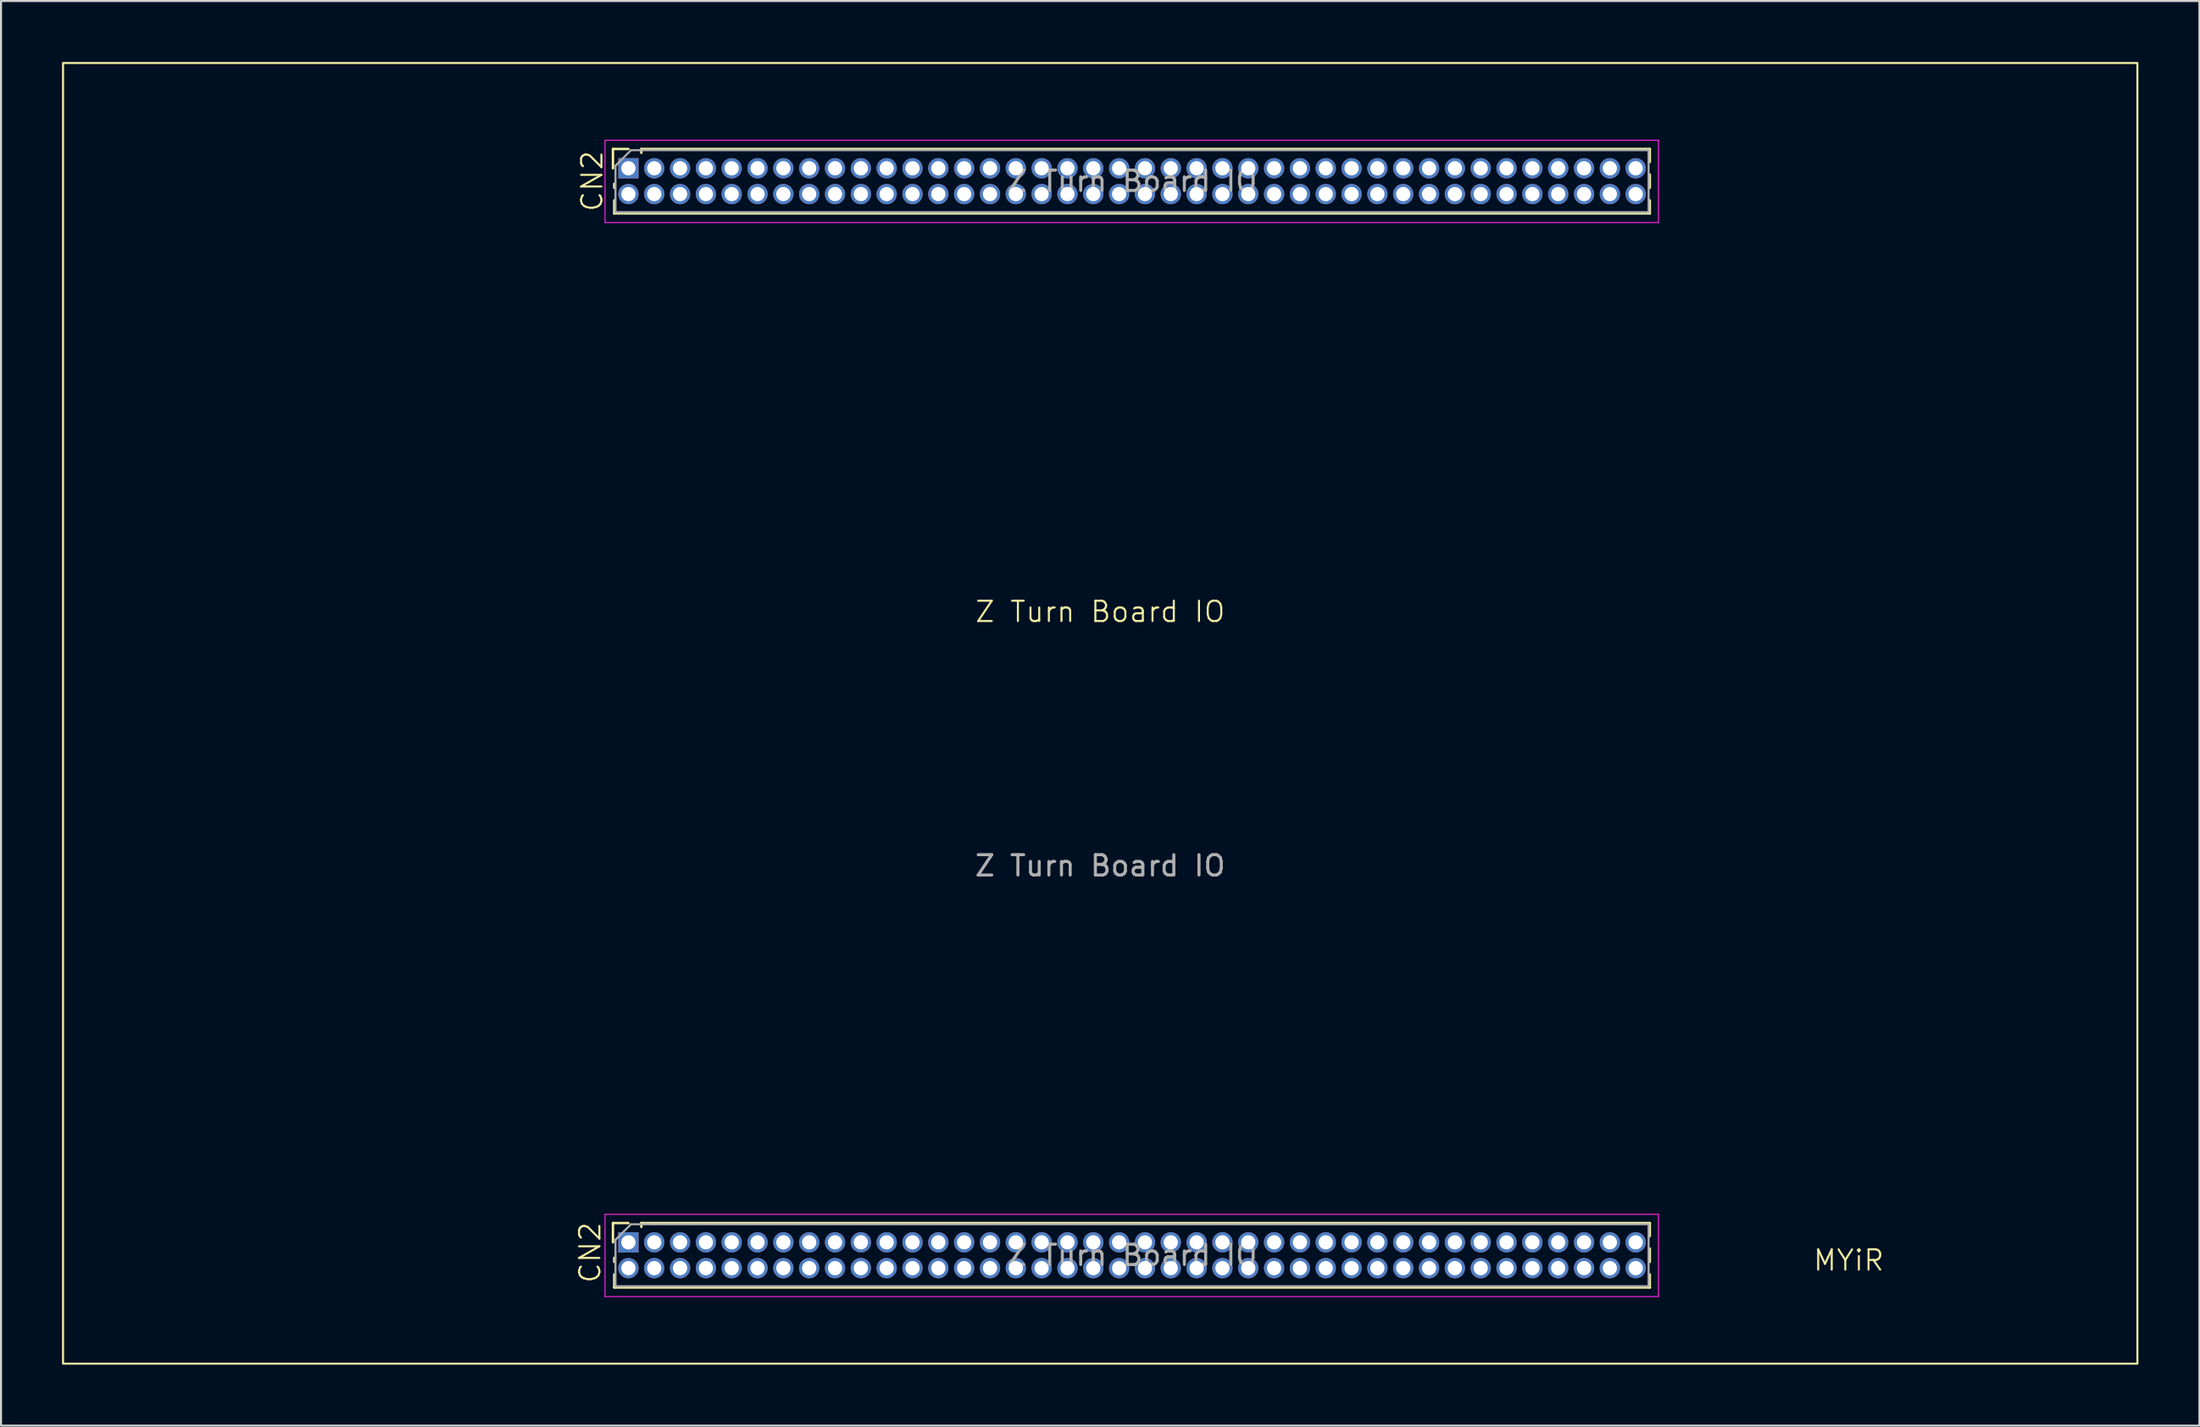
<source format=kicad_pcb>
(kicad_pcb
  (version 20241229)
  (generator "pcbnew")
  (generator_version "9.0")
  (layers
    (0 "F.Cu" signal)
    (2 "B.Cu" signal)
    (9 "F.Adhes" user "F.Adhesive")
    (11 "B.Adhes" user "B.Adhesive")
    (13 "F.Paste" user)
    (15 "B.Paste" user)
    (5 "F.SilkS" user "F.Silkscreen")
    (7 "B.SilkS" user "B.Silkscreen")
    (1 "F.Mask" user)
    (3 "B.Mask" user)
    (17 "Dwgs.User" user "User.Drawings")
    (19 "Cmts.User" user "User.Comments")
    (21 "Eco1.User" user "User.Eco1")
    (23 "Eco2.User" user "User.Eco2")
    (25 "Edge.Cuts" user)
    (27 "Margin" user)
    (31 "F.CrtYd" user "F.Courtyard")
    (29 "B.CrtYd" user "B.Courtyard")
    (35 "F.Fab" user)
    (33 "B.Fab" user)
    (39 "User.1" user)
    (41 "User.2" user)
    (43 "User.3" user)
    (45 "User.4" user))
  (footprint "Z Turn Board IO"
    (layer "F.Cu")
    (at 51.05 32.05)
    (property "Reference" "Z Turn Board IO" (at 0 -5 0) (unlocked yes) (layer "F.SilkS") (effects (font (size 1 1) (thickness 0.1))))
    (attr smd)
    (fp_line (start -23.96 -27.77) (end -23.2 -27.77) (stroke (width 0.12) (type solid)) (layer "F.SilkS"))
    (fp_line (start -23.96 -26.82) (end -23.96 -27.77) (stroke (width 0.12) (type solid)) (layer "F.SilkS"))
    (fp_line (start -23.96 25.08) (end -23.2 25.08) (stroke (width 0.12) (type solid)) (layer "F.SilkS"))
    (fp_line (start -23.96 26.03) (end -23.96 25.08) (stroke (width 0.12) (type solid)) (layer "F.SilkS"))
    (fp_line (start -23.895 -25.858) (end -23.895 -26.06) (stroke (width 0.12) (type solid)) (layer "F.SilkS"))
    (fp_line (start -23.895 -24.6) (end -23.895 -25.242) (stroke (width 0.12) (type solid)) (layer "F.SilkS"))
    (fp_line (start -23.895 -24.6) (end 27.025 -24.6) (stroke (width 0.12) (type solid)) (layer "F.SilkS"))
    (fp_line (start -23.895 26.992) (end -23.895 26.79) (stroke (width 0.12) (type solid)) (layer "F.SilkS"))
    (fp_line (start -23.895 28.25) (end -23.895 27.608) (stroke (width 0.12) (type solid)) (layer "F.SilkS"))
    (fp_line (start -23.895 28.25) (end 27.025 28.25) (stroke (width 0.12) (type solid)) (layer "F.SilkS"))
    (fp_line (start -22.565 -27.77) (end 27.025 -27.77) (stroke (width 0.12) (type solid)) (layer "F.SilkS"))
    (fp_line (start -22.565 -27.58) (end -22.565 -27.77) (stroke (width 0.12) (type solid)) (layer "F.SilkS"))
    (fp_line (start -22.565 25.08) (end 27.025 25.08) (stroke (width 0.12) (type solid)) (layer "F.SilkS"))
    (fp_line (start -22.565 25.27) (end -22.565 25.08) (stroke (width 0.12) (type solid)) (layer "F.SilkS"))
    (fp_line (start 27.025 -27.128) (end 27.025 -27.77) (stroke (width 0.12) (type solid)) (layer "F.SilkS"))
    (fp_line (start 27.025 -25.858) (end 27.025 -26.512) (stroke (width 0.12) (type solid)) (layer "F.SilkS"))
    (fp_line (start 27.025 -24.6) (end 27.025 -25.242) (stroke (width 0.12) (type solid)) (layer "F.SilkS"))
    (fp_line (start 27.025 25.722) (end 27.025 25.08) (stroke (width 0.12) (type solid)) (layer "F.SilkS"))
    (fp_line (start 27.025 26.992) (end 27.025 26.338) (stroke (width 0.12) (type solid)) (layer "F.SilkS"))
    (fp_line (start 27.025 28.25) (end 27.025 27.608) (stroke (width 0.12) (type solid)) (layer "F.SilkS"))
    (fp_rect (start -51 -32) (end 51 32) (stroke (width 0.1) (type default)) (fill no) (layer "F.SilkS"))
    (fp_line (start -24.35 -28.2) (end 27.45 -28.2) (stroke (width 0.05) (type solid)) (layer "F.CrtYd"))
    (fp_line (start -24.35 -24.15) (end -24.35 -28.2) (stroke (width 0.05) (type solid)) (layer "F.CrtYd"))
    (fp_line (start -24.35 24.65) (end 27.45 24.65) (stroke (width 0.05) (type solid)) (layer "F.CrtYd"))
    (fp_line (start -24.35 28.7) (end -24.35 24.65) (stroke (width 0.05) (type solid)) (layer "F.CrtYd"))
    (fp_line (start 27.45 -28.2) (end 27.45 -24.15) (stroke (width 0.05) (type solid)) (layer "F.CrtYd"))
    (fp_line (start 27.45 -24.15) (end -24.35 -24.15) (stroke (width 0.05) (type solid)) (layer "F.CrtYd"))
    (fp_line (start 27.45 24.65) (end 27.45 28.7) (stroke (width 0.05) (type solid)) (layer "F.CrtYd"))
    (fp_line (start 27.45 28.7) (end -24.35 28.7) (stroke (width 0.05) (type solid)) (layer "F.CrtYd"))
    (fp_line (start -23.835 -26.948) (end -23.073 -27.71) (stroke (width 0.1) (type solid)) (layer "F.Fab"))
    (fp_line (start -23.835 -24.66) (end -23.835 -26.948) (stroke (width 0.1) (type solid)) (layer "F.Fab"))
    (fp_line (start -23.835 25.902) (end -23.073 25.14) (stroke (width 0.1) (type solid)) (layer "F.Fab"))
    (fp_line (start -23.835 28.19) (end -23.835 25.902) (stroke (width 0.1) (type solid)) (layer "F.Fab"))
    (fp_line (start -23.073 -27.71) (end 26.965 -27.71) (stroke (width 0.1) (type solid)) (layer "F.Fab"))
    (fp_line (start -23.073 25.14) (end 26.965 25.14) (stroke (width 0.1) (type solid)) (layer "F.Fab"))
    (fp_line (start 26.965 -27.71) (end 26.965 -24.66) (stroke (width 0.1) (type solid)) (layer "F.Fab"))
    (fp_line (start 26.965 -24.66) (end -23.835 -24.66) (stroke (width 0.1) (type solid)) (layer "F.Fab"))
    (fp_line (start 26.965 25.14) (end 26.965 28.19) (stroke (width 0.1) (type solid)) (layer "F.Fab"))
    (fp_line (start 26.965 28.19) (end -23.835 28.19) (stroke (width 0.1) (type solid)) (layer "F.Fab"))
    (fp_text user "CN2" (at -24.4 -24.62 90) (unlocked yes) (layer "F.SilkS") (effects (font (size 1 1) (thickness 0.1)) (justify left bottom)))
    (fp_text user "CN2" (at -24.5 28.1 90) (unlocked yes) (layer "F.SilkS") (effects (font (size 1 1) (thickness 0.1)) (justify left bottom)))
    (fp_text user "MYiR" (at 35 27.5 0) (unlocked yes) (layer "F.SilkS") (effects (font (size 1 1) (thickness 0.1)) (justify left bottom)))
    (fp_text user "${REFERENCE}" (at 0 7.5 0) (unlocked yes) (layer "F.Fab") (effects (font (size 1 1) (thickness 0.15))))
    (fp_text user "${REFERENCE}" (at 1.565 26.665 180) (layer "F.Fab") (effects (font (size 1 1) (thickness 0.15))))
    (fp_text user "${REFERENCE}" (at 1.565 -26.185 180) (layer "F.Fab") (effects (font (size 1 1) (thickness 0.15))))
    (pad "CN1_1" thru_hole rect (at -23.2 26.03 90) (size 1 1) (drill 0.7) (layers "*.Cu" "*.Mask"))
    (pad "CN1_2" thru_hole oval (at -23.2 27.3 90) (size 1 1) (drill 0.7) (layers "*.Cu" "*.Mask"))
    (pad "CN1_3" thru_hole oval (at -21.93 26.03 90) (size 1 1) (drill 0.7) (layers "*.Cu" "*.Mask"))
    (pad "CN1_4" thru_hole oval (at -21.93 27.3 90) (size 1 1) (drill 0.7) (layers "*.Cu" "*.Mask"))
    (pad "CN1_5" thru_hole oval (at -20.66 26.03 90) (size 1 1) (drill 0.7) (layers "*.Cu" "*.Mask"))
    (pad "CN1_6" thru_hole oval (at -20.66 27.3 90) (size 1 1) (drill 0.7) (layers "*.Cu" "*.Mask"))
    (pad "CN1_7" thru_hole oval (at -19.39 26.03 90) (size 1 1) (drill 0.7) (layers "*.Cu" "*.Mask"))
    (pad "CN1_8" thru_hole oval (at -19.39 27.3 90) (size 1 1) (drill 0.7) (layers "*.Cu" "*.Mask"))
    (pad "CN1_9" thru_hole oval (at -18.12 26.03 90) (size 1 1) (drill 0.7) (layers "*.Cu" "*.Mask"))
    (pad "CN1_10" thru_hole oval (at -18.12 27.3 90) (size 1 1) (drill 0.7) (layers "*.Cu" "*.Mask"))
    (pad "CN1_11" thru_hole oval (at -16.85 26.03 90) (size 1 1) (drill 0.7) (layers "*.Cu" "*.Mask"))
    (pad "CN1_12" thru_hole oval (at -16.85 27.3 90) (size 1 1) (drill 0.7) (layers "*.Cu" "*.Mask"))
    (pad "CN1_13" thru_hole oval (at -15.58 26.03 90) (size 1 1) (drill 0.7) (layers "*.Cu" "*.Mask"))
    (pad "CN1_14" thru_hole oval (at -15.58 27.3 90) (size 1 1) (drill 0.7) (layers "*.Cu" "*.Mask"))
    (pad "CN1_15" thru_hole oval (at -14.31 26.03 90) (size 1 1) (drill 0.7) (layers "*.Cu" "*.Mask"))
    (pad "CN1_16" thru_hole oval (at -14.31 27.3 90) (size 1 1) (drill 0.7) (layers "*.Cu" "*.Mask"))
    (pad "CN1_17" thru_hole oval (at -13.04 26.03 90) (size 1 1) (drill 0.7) (layers "*.Cu" "*.Mask"))
    (pad "CN1_18" thru_hole oval (at -13.04 27.3 90) (size 1 1) (drill 0.7) (layers "*.Cu" "*.Mask"))
    (pad "CN1_19" thru_hole oval (at -11.77 26.03 90) (size 1 1) (drill 0.7) (layers "*.Cu" "*.Mask"))
    (pad "CN1_20" thru_hole oval (at -11.77 27.3 90) (size 1 1) (drill 0.7) (layers "*.Cu" "*.Mask"))
    (pad "CN1_21" thru_hole oval (at -10.5 26.03 90) (size 1 1) (drill 0.7) (layers "*.Cu" "*.Mask"))
    (pad "CN1_22" thru_hole oval (at -10.5 27.3 90) (size 1 1) (drill 0.7) (layers "*.Cu" "*.Mask"))
    (pad "CN1_23" thru_hole oval (at -9.23 26.03 90) (size 1 1) (drill 0.7) (layers "*.Cu" "*.Mask"))
    (pad "CN1_24" thru_hole oval (at -9.23 27.3 90) (size 1 1) (drill 0.7) (layers "*.Cu" "*.Mask"))
    (pad "CN1_25" thru_hole oval (at -7.96 26.03 90) (size 1 1) (drill 0.7) (layers "*.Cu" "*.Mask"))
    (pad "CN1_26" thru_hole oval (at -7.96 27.3 90) (size 1 1) (drill 0.7) (layers "*.Cu" "*.Mask"))
    (pad "CN1_27" thru_hole oval (at -6.69 26.03 90) (size 1 1) (drill 0.7) (layers "*.Cu" "*.Mask"))
    (pad "CN1_28" thru_hole oval (at -6.69 27.3 90) (size 1 1) (drill 0.7) (layers "*.Cu" "*.Mask"))
    (pad "CN1_29" thru_hole oval (at -5.42 26.03 90) (size 1 1) (drill 0.7) (layers "*.Cu" "*.Mask"))
    (pad "CN1_30" thru_hole oval (at -5.42 27.3 90) (size 1 1) (drill 0.7) (layers "*.Cu" "*.Mask"))
    (pad "CN1_31" thru_hole oval (at -4.15 26.03 90) (size 1 1) (drill 0.7) (layers "*.Cu" "*.Mask"))
    (pad "CN1_32" thru_hole oval (at -4.15 27.3 90) (size 1 1) (drill 0.7) (layers "*.Cu" "*.Mask"))
    (pad "CN1_33" thru_hole oval (at -2.88 26.03 90) (size 1 1) (drill 0.7) (layers "*.Cu" "*.Mask"))
    (pad "CN1_34" thru_hole oval (at -2.88 27.3 90) (size 1 1) (drill 0.7) (layers "*.Cu" "*.Mask"))
    (pad "CN1_35" thru_hole oval (at -1.61 26.03 90) (size 1 1) (drill 0.7) (layers "*.Cu" "*.Mask"))
    (pad "CN1_36" thru_hole oval (at -1.61 27.3 90) (size 1 1) (drill 0.7) (layers "*.Cu" "*.Mask"))
    (pad "CN1_37" thru_hole oval (at -0.34 26.03 90) (size 1 1) (drill 0.7) (layers "*.Cu" "*.Mask"))
    (pad "CN1_38" thru_hole oval (at -0.34 27.3 90) (size 1 1) (drill 0.7) (layers "*.Cu" "*.Mask"))
    (pad "CN1_39" thru_hole oval (at 0.93 26.03 90) (size 1 1) (drill 0.7) (layers "*.Cu" "*.Mask"))
    (pad "CN1_40" thru_hole oval (at 0.93 27.3 90) (size 1 1) (drill 0.7) (layers "*.Cu" "*.Mask"))
    (pad "CN1_41" thru_hole oval (at 2.2 26.03 90) (size 1 1) (drill 0.7) (layers "*.Cu" "*.Mask"))
    (pad "CN1_42" thru_hole oval (at 2.2 27.3 90) (size 1 1) (drill 0.7) (layers "*.Cu" "*.Mask"))
    (pad "CN1_43" thru_hole oval (at 3.47 26.03 90) (size 1 1) (drill 0.7) (layers "*.Cu" "*.Mask"))
    (pad "CN1_44" thru_hole oval (at 3.47 27.3 90) (size 1 1) (drill 0.7) (layers "*.Cu" "*.Mask"))
    (pad "CN1_45" thru_hole oval (at 4.74 26.03 90) (size 1 1) (drill 0.7) (layers "*.Cu" "*.Mask"))
    (pad "CN1_46" thru_hole oval (at 4.74 27.3 90) (size 1 1) (drill 0.7) (layers "*.Cu" "*.Mask"))
    (pad "CN1_47" thru_hole oval (at 6.01 26.03 90) (size 1 1) (drill 0.7) (layers "*.Cu" "*.Mask"))
    (pad "CN1_48" thru_hole oval (at 6.01 27.3 90) (size 1 1) (drill 0.7) (layers "*.Cu" "*.Mask"))
    (pad "CN1_49" thru_hole oval (at 7.28 26.03 90) (size 1 1) (drill 0.7) (layers "*.Cu" "*.Mask"))
    (pad "CN1_50" thru_hole oval (at 7.28 27.3 90) (size 1 1) (drill 0.7) (layers "*.Cu" "*.Mask"))
    (pad "CN1_51" thru_hole oval (at 8.55 26.03 90) (size 1 1) (drill 0.7) (layers "*.Cu" "*.Mask"))
    (pad "CN1_52" thru_hole oval (at 8.55 27.3 90) (size 1 1) (drill 0.7) (layers "*.Cu" "*.Mask"))
    (pad "CN1_53" thru_hole oval (at 9.82 26.03 90) (size 1 1) (drill 0.7) (layers "*.Cu" "*.Mask"))
    (pad "CN1_54" thru_hole oval (at 9.82 27.3 90) (size 1 1) (drill 0.7) (layers "*.Cu" "*.Mask"))
    (pad "CN1_55" thru_hole oval (at 11.09 26.03 90) (size 1 1) (drill 0.7) (layers "*.Cu" "*.Mask"))
    (pad "CN1_56" thru_hole oval (at 11.09 27.3 90) (size 1 1) (drill 0.7) (layers "*.Cu" "*.Mask"))
    (pad "CN1_57" thru_hole oval (at 12.36 26.03 90) (size 1 1) (drill 0.7) (layers "*.Cu" "*.Mask"))
    (pad "CN1_58" thru_hole oval (at 12.36 27.3 90) (size 1 1) (drill 0.7) (layers "*.Cu" "*.Mask"))
    (pad "CN1_59" thru_hole oval (at 13.63 26.03 90) (size 1 1) (drill 0.7) (layers "*.Cu" "*.Mask"))
    (pad "CN1_60" thru_hole oval (at 13.63 27.3 90) (size 1 1) (drill 0.7) (layers "*.Cu" "*.Mask"))
    (pad "CN1_61" thru_hole oval (at 14.9 26.03 90) (size 1 1) (drill 0.7) (layers "*.Cu" "*.Mask"))
    (pad "CN1_62" thru_hole oval (at 14.9 27.3 90) (size 1 1) (drill 0.7) (layers "*.Cu" "*.Mask"))
    (pad "CN1_63" thru_hole oval (at 16.17 26.03 90) (size 1 1) (drill 0.7) (layers "*.Cu" "*.Mask"))
    (pad "CN1_64" thru_hole oval (at 16.17 27.3 90) (size 1 1) (drill 0.7) (layers "*.Cu" "*.Mask"))
    (pad "CN1_65" thru_hole oval (at 17.44 26.03 90) (size 1 1) (drill 0.7) (layers "*.Cu" "*.Mask"))
    (pad "CN1_66" thru_hole oval (at 17.44 27.3 90) (size 1 1) (drill 0.7) (layers "*.Cu" "*.Mask"))
    (pad "CN1_67" thru_hole oval (at 18.71 26.03 90) (size 1 1) (drill 0.7) (layers "*.Cu" "*.Mask"))
    (pad "CN1_68" thru_hole oval (at 18.71 27.3 90) (size 1 1) (drill 0.7) (layers "*.Cu" "*.Mask"))
    (pad "CN1_69" thru_hole oval (at 19.98 26.03 90) (size 1 1) (drill 0.7) (layers "*.Cu" "*.Mask"))
    (pad "CN1_70" thru_hole oval (at 19.98 27.3 90) (size 1 1) (drill 0.7) (layers "*.Cu" "*.Mask"))
    (pad "CN1_71" thru_hole oval (at 21.25 26.03 90) (size 1 1) (drill 0.7) (layers "*.Cu" "*.Mask"))
    (pad "CN1_72" thru_hole oval (at 21.25 27.3 90) (size 1 1) (drill 0.7) (layers "*.Cu" "*.Mask"))
    (pad "CN1_73" thru_hole oval (at 22.52 26.03 90) (size 1 1) (drill 0.7) (layers "*.Cu" "*.Mask"))
    (pad "CN1_74" thru_hole oval (at 22.52 27.3 90) (size 1 1) (drill 0.7) (layers "*.Cu" "*.Mask"))
    (pad "CN1_75" thru_hole oval (at 23.79 26.03 90) (size 1 1) (drill 0.7) (layers "*.Cu" "*.Mask"))
    (pad "CN1_76" thru_hole oval (at 23.79 27.3 90) (size 1 1) (drill 0.7) (layers "*.Cu" "*.Mask"))
    (pad "CN1_77" thru_hole oval (at 25.06 26.03 90) (size 1 1) (drill 0.7) (layers "*.Cu" "*.Mask"))
    (pad "CN1_78" thru_hole oval (at 25.06 27.3 90) (size 1 1) (drill 0.7) (layers "*.Cu" "*.Mask"))
    (pad "CN1_79" thru_hole oval (at 26.33 26.03 90) (size 1 1) (drill 0.7) (layers "*.Cu" "*.Mask"))
    (pad "CN1_80" thru_hole oval (at 26.33 27.3 90) (size 1 1) (drill 0.7) (layers "*.Cu" "*.Mask"))
    (pad "CN2_1" thru_hole rect (at -23.2 -26.82 90) (size 1 1) (drill 0.7) (layers "*.Cu" "*.Mask"))
    (pad "CN2_2" thru_hole oval (at -23.2 -25.55 90) (size 1 1) (drill 0.7) (layers "*.Cu" "*.Mask"))
    (pad "CN2_3" thru_hole oval (at -21.93 -26.82 90) (size 1 1) (drill 0.7) (layers "*.Cu" "*.Mask"))
    (pad "CN2_4" thru_hole oval (at -21.93 -25.55 90) (size 1 1) (drill 0.7) (layers "*.Cu" "*.Mask"))
    (pad "CN2_5" thru_hole oval (at -20.66 -26.82 90) (size 1 1) (drill 0.7) (layers "*.Cu" "*.Mask"))
    (pad "CN2_6" thru_hole oval (at -20.66 -25.55 90) (size 1 1) (drill 0.7) (layers "*.Cu" "*.Mask"))
    (pad "CN2_7" thru_hole oval (at -19.39 -26.82 90) (size 1 1) (drill 0.7) (layers "*.Cu" "*.Mask"))
    (pad "CN2_8" thru_hole oval (at -19.39 -25.55 90) (size 1 1) (drill 0.7) (layers "*.Cu" "*.Mask"))
    (pad "CN2_9" thru_hole oval (at -18.12 -26.82 90) (size 1 1) (drill 0.7) (layers "*.Cu" "*.Mask"))
    (pad "CN2_10" thru_hole oval (at -18.12 -25.55 90) (size 1 1) (drill 0.7) (layers "*.Cu" "*.Mask"))
    (pad "CN2_11" thru_hole oval (at -16.85 -26.82 90) (size 1 1) (drill 0.7) (layers "*.Cu" "*.Mask"))
    (pad "CN2_12" thru_hole oval (at -16.85 -25.55 90) (size 1 1) (drill 0.7) (layers "*.Cu" "*.Mask"))
    (pad "CN2_13" thru_hole oval (at -15.58 -26.82 90) (size 1 1) (drill 0.7) (layers "*.Cu" "*.Mask"))
    (pad "CN2_14" thru_hole oval (at -15.58 -25.55 90) (size 1 1) (drill 0.7) (layers "*.Cu" "*.Mask"))
    (pad "CN2_15" thru_hole oval (at -14.31 -26.82 90) (size 1 1) (drill 0.7) (layers "*.Cu" "*.Mask"))
    (pad "CN2_16" thru_hole oval (at -14.31 -25.55 90) (size 1 1) (drill 0.7) (layers "*.Cu" "*.Mask"))
    (pad "CN2_17" thru_hole oval (at -13.04 -26.82 90) (size 1 1) (drill 0.7) (layers "*.Cu" "*.Mask"))
    (pad "CN2_18" thru_hole oval (at -13.04 -25.55 90) (size 1 1) (drill 0.7) (layers "*.Cu" "*.Mask"))
    (pad "CN2_19" thru_hole oval (at -11.77 -26.82 90) (size 1 1) (drill 0.7) (layers "*.Cu" "*.Mask"))
    (pad "CN2_20" thru_hole oval (at -11.77 -25.55 90) (size 1 1) (drill 0.7) (layers "*.Cu" "*.Mask"))
    (pad "CN2_21" thru_hole oval (at -10.5 -26.82 90) (size 1 1) (drill 0.7) (layers "*.Cu" "*.Mask"))
    (pad "CN2_22" thru_hole oval (at -10.5 -25.55 90) (size 1 1) (drill 0.7) (layers "*.Cu" "*.Mask"))
    (pad "CN2_23" thru_hole oval (at -9.23 -26.82 90) (size 1 1) (drill 0.7) (layers "*.Cu" "*.Mask"))
    (pad "CN2_24" thru_hole oval (at -9.23 -25.55 90) (size 1 1) (drill 0.7) (layers "*.Cu" "*.Mask"))
    (pad "CN2_25" thru_hole oval (at -7.96 -26.82 90) (size 1 1) (drill 0.7) (layers "*.Cu" "*.Mask"))
    (pad "CN2_26" thru_hole oval (at -7.96 -25.55 90) (size 1 1) (drill 0.7) (layers "*.Cu" "*.Mask"))
    (pad "CN2_27" thru_hole oval (at -6.69 -26.82 90) (size 1 1) (drill 0.7) (layers "*.Cu" "*.Mask"))
    (pad "CN2_28" thru_hole oval (at -6.69 -25.55 90) (size 1 1) (drill 0.7) (layers "*.Cu" "*.Mask"))
    (pad "CN2_29" thru_hole oval (at -5.42 -26.82 90) (size 1 1) (drill 0.7) (layers "*.Cu" "*.Mask"))
    (pad "CN2_30" thru_hole oval (at -5.42 -25.55 90) (size 1 1) (drill 0.7) (layers "*.Cu" "*.Mask"))
    (pad "CN2_31" thru_hole oval (at -4.15 -26.82 90) (size 1 1) (drill 0.7) (layers "*.Cu" "*.Mask"))
    (pad "CN2_32" thru_hole oval (at -4.15 -25.55 90) (size 1 1) (drill 0.7) (layers "*.Cu" "*.Mask"))
    (pad "CN2_33" thru_hole oval (at -2.88 -26.82 90) (size 1 1) (drill 0.7) (layers "*.Cu" "*.Mask"))
    (pad "CN2_34" thru_hole oval (at -2.88 -25.55 90) (size 1 1) (drill 0.7) (layers "*.Cu" "*.Mask"))
    (pad "CN2_35" thru_hole oval (at -1.61 -26.82 90) (size 1 1) (drill 0.7) (layers "*.Cu" "*.Mask"))
    (pad "CN2_36" thru_hole oval (at -1.61 -25.55 90) (size 1 1) (drill 0.7) (layers "*.Cu" "*.Mask"))
    (pad "CN2_37" thru_hole oval (at -0.34 -26.82 90) (size 1 1) (drill 0.7) (layers "*.Cu" "*.Mask"))
    (pad "CN2_38" thru_hole oval (at -0.34 -25.55 90) (size 1 1) (drill 0.7) (layers "*.Cu" "*.Mask"))
    (pad "CN2_39" thru_hole oval (at 0.93 -26.82 90) (size 1 1) (drill 0.7) (layers "*.Cu" "*.Mask"))
    (pad "CN2_40" thru_hole oval (at 0.93 -25.55 90) (size 1 1) (drill 0.7) (layers "*.Cu" "*.Mask"))
    (pad "CN2_41" thru_hole oval (at 2.2 -26.82 90) (size 1 1) (drill 0.7) (layers "*.Cu" "*.Mask"))
    (pad "CN2_42" thru_hole oval (at 2.2 -25.55 90) (size 1 1) (drill 0.7) (layers "*.Cu" "*.Mask"))
    (pad "CN2_43" thru_hole oval (at 3.47 -26.82 90) (size 1 1) (drill 0.7) (layers "*.Cu" "*.Mask"))
    (pad "CN2_44" thru_hole oval (at 3.47 -25.55 90) (size 1 1) (drill 0.7) (layers "*.Cu" "*.Mask"))
    (pad "CN2_45" thru_hole oval (at 4.74 -26.82 90) (size 1 1) (drill 0.7) (layers "*.Cu" "*.Mask"))
    (pad "CN2_46" thru_hole oval (at 4.74 -25.55 90) (size 1 1) (drill 0.7) (layers "*.Cu" "*.Mask"))
    (pad "CN2_47" thru_hole oval (at 6.01 -26.82 90) (size 1 1) (drill 0.7) (layers "*.Cu" "*.Mask"))
    (pad "CN2_48" thru_hole oval (at 6.01 -25.55 90) (size 1 1) (drill 0.7) (layers "*.Cu" "*.Mask"))
    (pad "CN2_49" thru_hole oval (at 7.28 -26.82 90) (size 1 1) (drill 0.7) (layers "*.Cu" "*.Mask"))
    (pad "CN2_50" thru_hole oval (at 7.28 -25.55 90) (size 1 1) (drill 0.7) (layers "*.Cu" "*.Mask"))
    (pad "CN2_51" thru_hole oval (at 8.55 -26.82 90) (size 1 1) (drill 0.7) (layers "*.Cu" "*.Mask"))
    (pad "CN2_52" thru_hole oval (at 8.55 -25.55 90) (size 1 1) (drill 0.7) (layers "*.Cu" "*.Mask"))
    (pad "CN2_53" thru_hole oval (at 9.82 -26.82 90) (size 1 1) (drill 0.7) (layers "*.Cu" "*.Mask"))
    (pad "CN2_54" thru_hole oval (at 9.82 -25.55 90) (size 1 1) (drill 0.7) (layers "*.Cu" "*.Mask"))
    (pad "CN2_55" thru_hole oval (at 11.09 -26.82 90) (size 1 1) (drill 0.7) (layers "*.Cu" "*.Mask"))
    (pad "CN2_56" thru_hole oval (at 11.09 -25.55 90) (size 1 1) (drill 0.7) (layers "*.Cu" "*.Mask"))
    (pad "CN2_57" thru_hole oval (at 12.36 -26.82 90) (size 1 1) (drill 0.7) (layers "*.Cu" "*.Mask"))
    (pad "CN2_58" thru_hole oval (at 12.36 -25.55 90) (size 1 1) (drill 0.7) (layers "*.Cu" "*.Mask"))
    (pad "CN2_59" thru_hole oval (at 13.63 -26.82 90) (size 1 1) (drill 0.7) (layers "*.Cu" "*.Mask"))
    (pad "CN2_60" thru_hole oval (at 13.63 -25.55 90) (size 1 1) (drill 0.7) (layers "*.Cu" "*.Mask"))
    (pad "CN2_61" thru_hole oval (at 14.9 -26.82 90) (size 1 1) (drill 0.7) (layers "*.Cu" "*.Mask"))
    (pad "CN2_62" thru_hole oval (at 14.9 -25.55 90) (size 1 1) (drill 0.7) (layers "*.Cu" "*.Mask"))
    (pad "CN2_63" thru_hole oval (at 16.17 -26.82 90) (size 1 1) (drill 0.7) (layers "*.Cu" "*.Mask"))
    (pad "CN2_64" thru_hole oval (at 16.17 -25.55 90) (size 1 1) (drill 0.7) (layers "*.Cu" "*.Mask"))
    (pad "CN2_65" thru_hole oval (at 17.44 -26.82 90) (size 1 1) (drill 0.7) (layers "*.Cu" "*.Mask"))
    (pad "CN2_66" thru_hole oval (at 17.44 -25.55 90) (size 1 1) (drill 0.7) (layers "*.Cu" "*.Mask"))
    (pad "CN2_67" thru_hole oval (at 18.71 -26.82 90) (size 1 1) (drill 0.7) (layers "*.Cu" "*.Mask"))
    (pad "CN2_68" thru_hole oval (at 18.71 -25.55 90) (size 1 1) (drill 0.7) (layers "*.Cu" "*.Mask"))
    (pad "CN2_69" thru_hole oval (at 19.98 -26.82 90) (size 1 1) (drill 0.7) (layers "*.Cu" "*.Mask"))
    (pad "CN2_70" thru_hole oval (at 19.98 -25.55 90) (size 1 1) (drill 0.7) (layers "*.Cu" "*.Mask"))
    (pad "CN2_71" thru_hole oval (at 21.25 -26.82 90) (size 1 1) (drill 0.7) (layers "*.Cu" "*.Mask"))
    (pad "CN2_72" thru_hole oval (at 21.25 -25.55 90) (size 1 1) (drill 0.7) (layers "*.Cu" "*.Mask"))
    (pad "CN2_73" thru_hole oval (at 22.52 -26.82 90) (size 1 1) (drill 0.7) (layers "*.Cu" "*.Mask"))
    (pad "CN2_74" thru_hole oval (at 22.52 -25.55 90) (size 1 1) (drill 0.7) (layers "*.Cu" "*.Mask"))
    (pad "CN2_75" thru_hole oval (at 23.79 -26.82 90) (size 1 1) (drill 0.7) (layers "*.Cu" "*.Mask"))
    (pad "CN2_76" thru_hole oval (at 23.79 -25.55 90) (size 1 1) (drill 0.7) (layers "*.Cu" "*.Mask"))
    (pad "CN2_77" thru_hole oval (at 25.06 -26.82 90) (size 1 1) (drill 0.7) (layers "*.Cu" "*.Mask"))
    (pad "CN2_78" thru_hole oval (at 25.06 -25.55 90) (size 1 1) (drill 0.7) (layers "*.Cu" "*.Mask"))
    (pad "CN2_79" thru_hole oval (at 26.33 -26.82 90) (size 1 1) (drill 0.7) (layers "*.Cu" "*.Mask"))
    (pad "CN2_80" thru_hole oval (at 26.33 -25.55 90) (size 1 1) (drill 0.7) (layers "*.Cu" "*.Mask")))
  (gr_rect
    (start -3 -3)
    (end 105.1 67.1)
    (stroke (width 0.1) (type default))
    (fill no)
    (layer "Edge.Cuts")))
</source>
